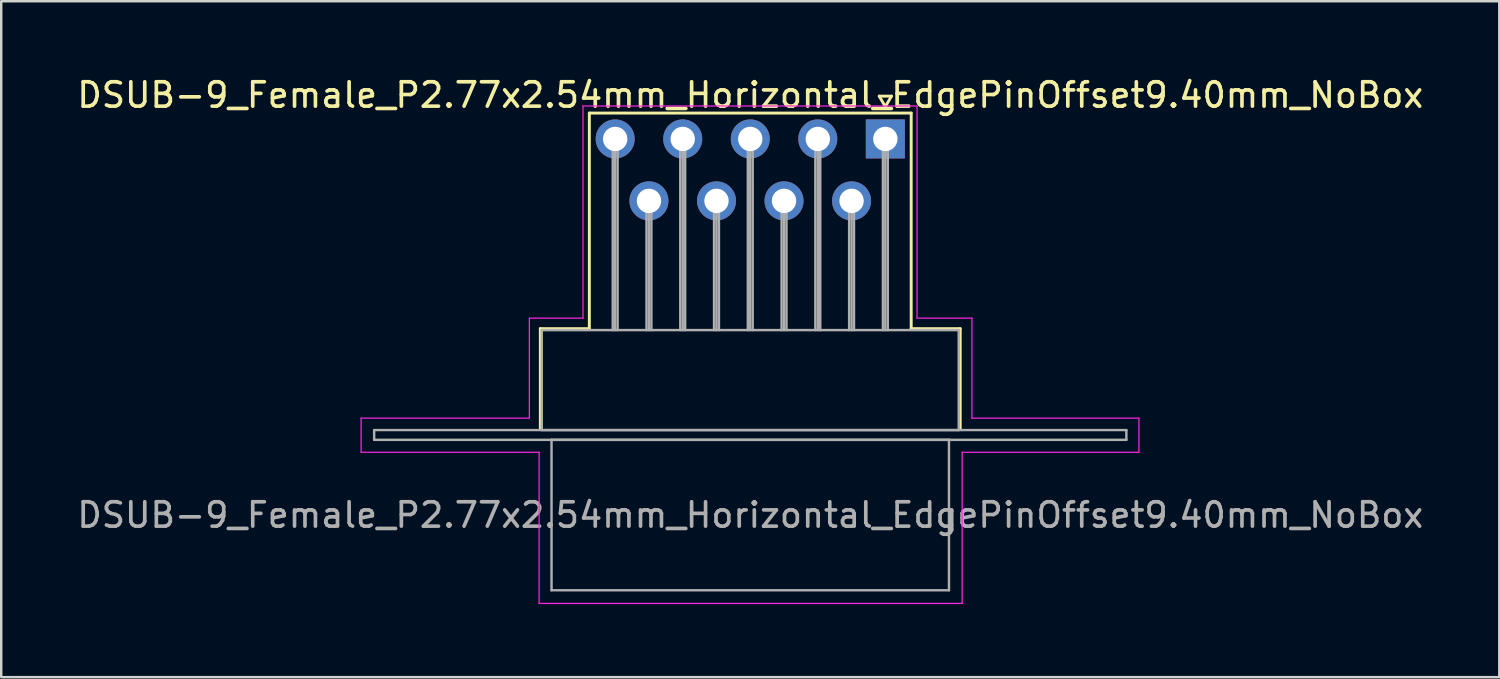
<source format=kicad_pcb>
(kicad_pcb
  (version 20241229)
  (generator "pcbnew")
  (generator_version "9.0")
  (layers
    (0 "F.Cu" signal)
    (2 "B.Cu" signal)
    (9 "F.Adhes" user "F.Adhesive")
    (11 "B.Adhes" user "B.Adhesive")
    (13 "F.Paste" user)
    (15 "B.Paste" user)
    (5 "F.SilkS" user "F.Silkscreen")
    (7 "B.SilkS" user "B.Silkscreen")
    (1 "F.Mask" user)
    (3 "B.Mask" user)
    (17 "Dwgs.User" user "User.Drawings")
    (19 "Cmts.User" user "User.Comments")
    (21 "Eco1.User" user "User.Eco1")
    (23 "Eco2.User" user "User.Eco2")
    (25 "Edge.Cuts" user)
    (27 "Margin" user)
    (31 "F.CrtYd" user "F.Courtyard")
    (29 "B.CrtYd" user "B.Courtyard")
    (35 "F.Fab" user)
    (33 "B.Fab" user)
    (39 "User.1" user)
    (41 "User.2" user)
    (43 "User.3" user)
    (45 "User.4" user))
  (footprint "DSUB-9_Female_P2.77x2.54mm_Horizontal_EdgePinOffset9.40mm_NoBox"
    (layer "F.Cu")
    (at 33.26 2.648)
    (property "Reference" "DSUB-9_Female_P2.77x2.54mm_Horizontal_EdgePinOffset9.40mm_NoBox" (at -5.54 -1.8 0) (layer "F.SilkS") (effects (font (size 1 1) (thickness 0.15))))
    (attr through_hole)
    (fp_line (start -14.15 7.78) (end -12.14 7.78) (stroke (width 0.12) (type solid)) (layer "F.SilkS"))
    (fp_line (start -14.15 11.88) (end -14.15 7.78) (stroke (width 0.12) (type solid)) (layer "F.SilkS"))
    (fp_line (start -12.14 -1.06) (end 1.06 -1.06) (stroke (width 0.12) (type solid)) (layer "F.SilkS"))
    (fp_line (start -12.14 7.78) (end -12.14 -1.06) (stroke (width 0.12) (type solid)) (layer "F.SilkS"))
    (fp_line (start -0.25 -1.754) (end 0.25 -1.754) (stroke (width 0.12) (type solid)) (layer "F.SilkS"))
    (fp_line (start 0 -1.321) (end -0.25 -1.754) (stroke (width 0.12) (type solid)) (layer "F.SilkS"))
    (fp_line (start 0.25 -1.754) (end 0 -1.321) (stroke (width 0.12) (type solid)) (layer "F.SilkS"))
    (fp_line (start 1.06 -1.06) (end 1.06 7.78) (stroke (width 0.12) (type solid)) (layer "F.SilkS"))
    (fp_line (start 1.06 7.78) (end 3.07 7.78) (stroke (width 0.12) (type solid)) (layer "F.SilkS"))
    (fp_line (start 3.07 7.78) (end 3.07 11.88) (stroke (width 0.12) (type solid)) (layer "F.SilkS"))
    (fp_line (start -21.5 11.45) (end -14.6 11.45) (stroke (width 0.05) (type solid)) (layer "F.CrtYd"))
    (fp_line (start -21.5 12.85) (end -21.5 11.45) (stroke (width 0.05) (type solid)) (layer "F.CrtYd"))
    (fp_line (start -14.6 7.35) (end -12.4 7.35) (stroke (width 0.05) (type solid)) (layer "F.CrtYd"))
    (fp_line (start -14.6 11.45) (end -14.6 7.35) (stroke (width 0.05) (type solid)) (layer "F.CrtYd"))
    (fp_line (start -14.2 12.85) (end -21.5 12.85) (stroke (width 0.05) (type solid)) (layer "F.CrtYd"))
    (fp_line (start -14.2 19.05) (end -14.2 12.85) (stroke (width 0.05) (type solid)) (layer "F.CrtYd"))
    (fp_line (start -12.4 -1.35) (end 1.3 -1.35) (stroke (width 0.05) (type solid)) (layer "F.CrtYd"))
    (fp_line (start -12.4 7.35) (end -12.4 -1.35) (stroke (width 0.05) (type solid)) (layer "F.CrtYd"))
    (fp_line (start 1.3 -1.35) (end 1.3 7.35) (stroke (width 0.05) (type solid)) (layer "F.CrtYd"))
    (fp_line (start 1.3 7.35) (end 3.55 7.35) (stroke (width 0.05) (type solid)) (layer "F.CrtYd"))
    (fp_line (start 3.15 12.85) (end 3.15 19.05) (stroke (width 0.05) (type solid)) (layer "F.CrtYd"))
    (fp_line (start 3.15 19.05) (end -14.2 19.05) (stroke (width 0.05) (type solid)) (layer "F.CrtYd"))
    (fp_line (start 3.55 7.35) (end 3.55 11.45) (stroke (width 0.05) (type solid)) (layer "F.CrtYd"))
    (fp_line (start 3.55 11.45) (end 10.4 11.45) (stroke (width 0.05) (type solid)) (layer "F.CrtYd"))
    (fp_line (start 10.4 11.45) (end 10.4 12.85) (stroke (width 0.05) (type solid)) (layer "F.CrtYd"))
    (fp_line (start 10.4 12.85) (end 3.15 12.85) (stroke (width 0.05) (type solid)) (layer "F.CrtYd"))
    (fp_line (start -20.965 11.94) (end -20.965 12.34) (stroke (width 0.1) (type solid)) (layer "F.Fab"))
    (fp_line (start -20.965 12.34) (end 9.885 12.34) (stroke (width 0.1) (type solid)) (layer "F.Fab"))
    (fp_line (start -14.09 7.84) (end -14.09 11.94) (stroke (width 0.1) (type solid)) (layer "F.Fab"))
    (fp_line (start -14.09 11.94) (end 3.01 11.94) (stroke (width 0.1) (type solid)) (layer "F.Fab"))
    (fp_line (start -13.69 12.34) (end -13.69 18.51) (stroke (width 0.1) (type solid)) (layer "F.Fab"))
    (fp_line (start -13.69 18.51) (end 2.61 18.51) (stroke (width 0.1) (type solid)) (layer "F.Fab"))
    (fp_line (start -11.18 0) (end -11.18 7.84) (stroke (width 0.1) (type solid)) (layer "F.Fab"))
    (fp_line (start -11.08 0) (end -11.08 7.84) (stroke (width 0.1) (type solid)) (layer "F.Fab"))
    (fp_line (start -10.98 0) (end -10.98 7.84) (stroke (width 0.1) (type solid)) (layer "F.Fab"))
    (fp_line (start -9.795 2.54) (end -9.795 7.84) (stroke (width 0.1) (type solid)) (layer "F.Fab"))
    (fp_line (start -9.695 2.54) (end -9.695 7.84) (stroke (width 0.1) (type solid)) (layer "F.Fab"))
    (fp_line (start -9.595 2.54) (end -9.595 7.84) (stroke (width 0.1) (type solid)) (layer "F.Fab"))
    (fp_line (start -8.41 0) (end -8.41 7.84) (stroke (width 0.1) (type solid)) (layer "F.Fab"))
    (fp_line (start -8.31 0) (end -8.31 7.84) (stroke (width 0.1) (type solid)) (layer "F.Fab"))
    (fp_line (start -8.21 0) (end -8.21 7.84) (stroke (width 0.1) (type solid)) (layer "F.Fab"))
    (fp_line (start -7.025 2.54) (end -7.025 7.84) (stroke (width 0.1) (type solid)) (layer "F.Fab"))
    (fp_line (start -6.925 2.54) (end -6.925 7.84) (stroke (width 0.1) (type solid)) (layer "F.Fab"))
    (fp_line (start -6.825 2.54) (end -6.825 7.84) (stroke (width 0.1) (type solid)) (layer "F.Fab"))
    (fp_line (start -5.64 0) (end -5.64 7.84) (stroke (width 0.1) (type solid)) (layer "F.Fab"))
    (fp_line (start -5.54 0) (end -5.54 7.84) (stroke (width 0.1) (type solid)) (layer "F.Fab"))
    (fp_line (start -5.44 0) (end -5.44 7.84) (stroke (width 0.1) (type solid)) (layer "F.Fab"))
    (fp_line (start -4.255 2.54) (end -4.255 7.84) (stroke (width 0.1) (type solid)) (layer "F.Fab"))
    (fp_line (start -4.155 2.54) (end -4.155 7.84) (stroke (width 0.1) (type solid)) (layer "F.Fab"))
    (fp_line (start -4.055 2.54) (end -4.055 7.84) (stroke (width 0.1) (type solid)) (layer "F.Fab"))
    (fp_line (start -2.87 0) (end -2.87 7.84) (stroke (width 0.1) (type solid)) (layer "F.Fab"))
    (fp_line (start -2.77 0) (end -2.77 7.84) (stroke (width 0.1) (type solid)) (layer "F.Fab"))
    (fp_line (start -2.67 0) (end -2.67 7.84) (stroke (width 0.1) (type solid)) (layer "F.Fab"))
    (fp_line (start -1.485 2.54) (end -1.485 7.84) (stroke (width 0.1) (type solid)) (layer "F.Fab"))
    (fp_line (start -1.385 2.54) (end -1.385 7.84) (stroke (width 0.1) (type solid)) (layer "F.Fab"))
    (fp_line (start -1.285 2.54) (end -1.285 7.84) (stroke (width 0.1) (type solid)) (layer "F.Fab"))
    (fp_line (start -0.1 0) (end -0.1 7.84) (stroke (width 0.1) (type solid)) (layer "F.Fab"))
    (fp_line (start 0 0) (end 0 7.84) (stroke (width 0.1) (type solid)) (layer "F.Fab"))
    (fp_line (start 0.1 0) (end 0.1 7.84) (stroke (width 0.1) (type solid)) (layer "F.Fab"))
    (fp_line (start 2.61 12.34) (end -13.69 12.34) (stroke (width 0.1) (type solid)) (layer "F.Fab"))
    (fp_line (start 2.61 18.51) (end 2.61 12.34) (stroke (width 0.1) (type solid)) (layer "F.Fab"))
    (fp_line (start 3.01 7.84) (end -14.09 7.84) (stroke (width 0.1) (type solid)) (layer "F.Fab"))
    (fp_line (start 3.01 11.94) (end 3.01 7.84) (stroke (width 0.1) (type solid)) (layer "F.Fab"))
    (fp_line (start 9.885 11.94) (end -20.965 11.94) (stroke (width 0.1) (type solid)) (layer "F.Fab"))
    (fp_line (start 9.885 12.34) (end 9.885 11.94) (stroke (width 0.1) (type solid)) (layer "F.Fab"))
    (fp_text user "${REFERENCE}" (at -5.54 15.425 0) (layer "F.Fab") (effects (font (size 1 1) (thickness 0.15))))
    (pad "1" thru_hole rect (at 0 0) (size 1.6 1.6) (drill 1) (layers "*.Cu" "*.Mask"))
    (pad "2" thru_hole circle (at -2.77 0) (size 1.6 1.6) (drill 1) (layers "*.Cu" "*.Mask"))
    (pad "3" thru_hole circle (at -5.54 0) (size 1.6 1.6) (drill 1) (layers "*.Cu" "*.Mask"))
    (pad "4" thru_hole circle (at -8.31 0) (size 1.6 1.6) (drill 1) (layers "*.Cu" "*.Mask"))
    (pad "5" thru_hole circle (at -11.08 0) (size 1.6 1.6) (drill 1) (layers "*.Cu" "*.Mask"))
    (pad "6" thru_hole circle (at -1.385 2.54) (size 1.6 1.6) (drill 1) (layers "*.Cu" "*.Mask"))
    (pad "7" thru_hole circle (at -4.155 2.54) (size 1.6 1.6) (drill 1) (layers "*.Cu" "*.Mask"))
    (pad "8" thru_hole circle (at -6.925 2.54) (size 1.6 1.6) (drill 1) (layers "*.Cu" "*.Mask"))
    (pad "9" thru_hole circle (at -9.695 2.54) (size 1.6 1.6) (drill 1) (layers "*.Cu" "*.Mask")))
  (gr_rect
    (start -3 -3)
    (end 58.44 24.723)
    (stroke (width 0.1) (type default))
    (fill no)
    (layer "Edge.Cuts")))
</source>
